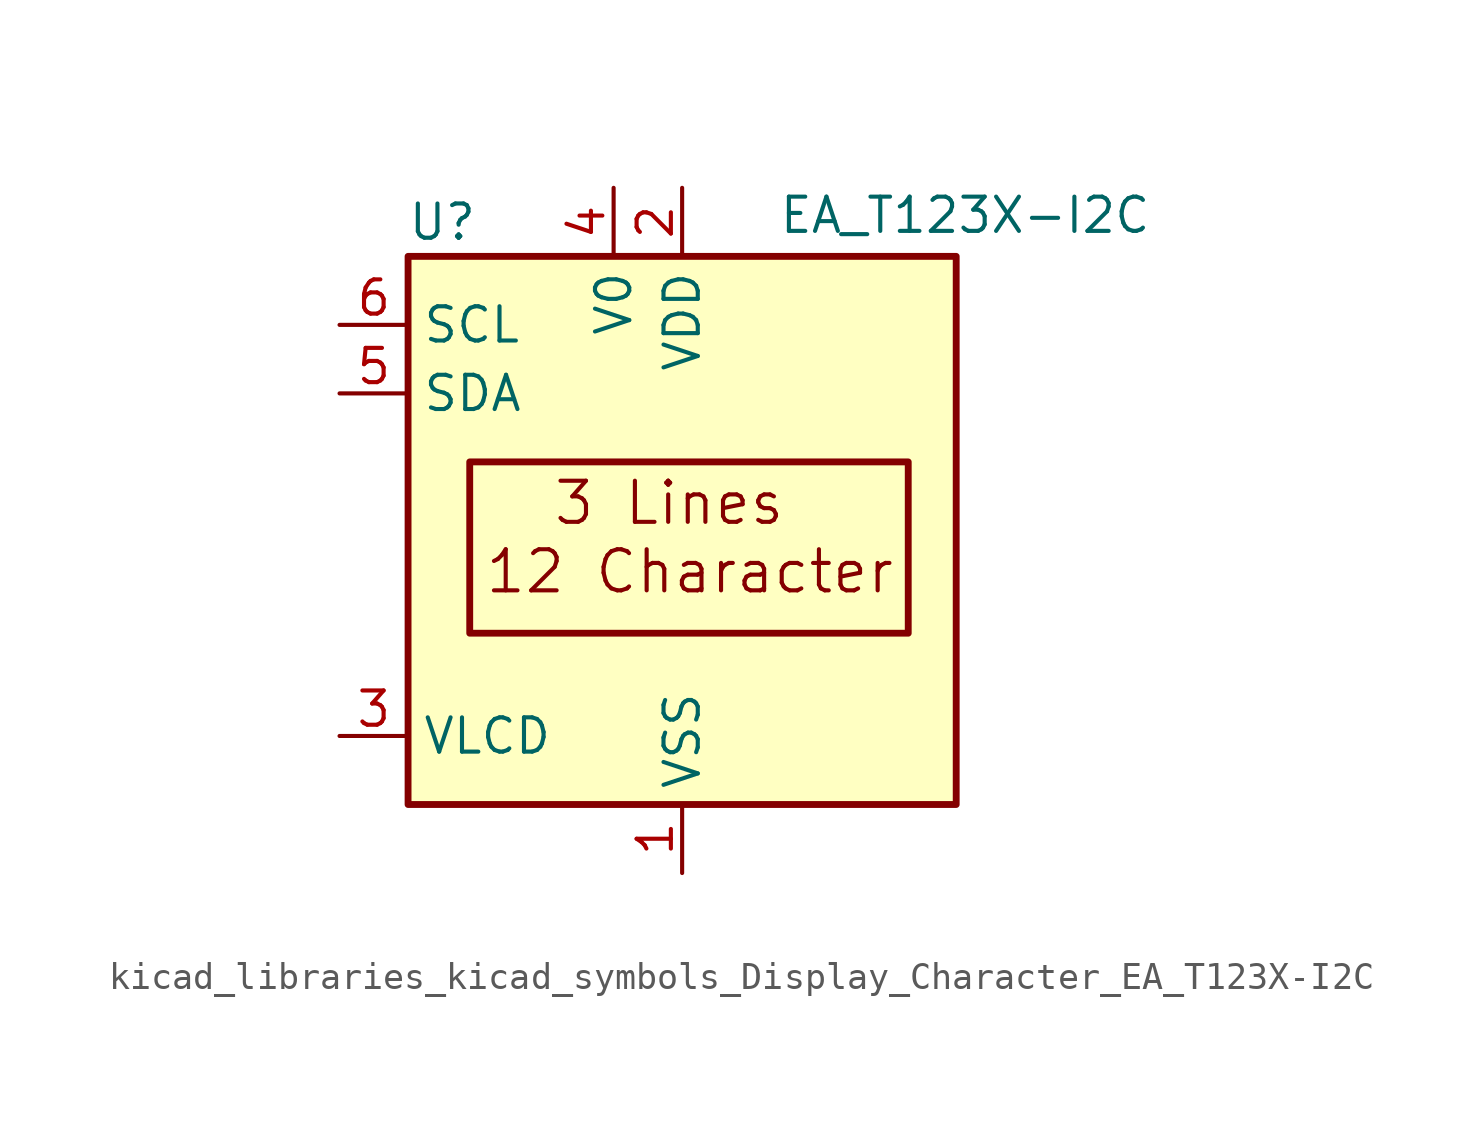
<source format=kicad_sym>
(kicad_symbol_lib
  (version 20220914)
  (generator kicad_symbol_editor)
  (symbol "kicad_libraries_kicad_symbols_Display_Character_EA_T123X-I2C"
    (property "Reference" "U"
      (at -8.89 11.43 0)
      (effects (font (size 1.27 1.27))))
    (property "Value" "EA_T123X-I2C"
      (at 3.556 11.684 0)
      (effects (font (size 1.27 1.27)) (justify left)))
    (symbol "kicad_libraries_kicad_symbols_Display_Character_EA_T123X-I2C_0_0"
      (rectangle (start -7.874 2.54) (end 8.382 -3.81) (stroke (width 0.254) (type default)) (fill (type none)))
      (text "12 Character" (at -7.366 -1.524 0) (effects (font (size 1.524 1.524)) (justify left)))
      (text "3 Lines" (at -4.826 1.016 0) (effects (font (size 1.524 1.524)) (justify left))))
    (symbol "kicad_libraries_kicad_symbols_Display_Character_EA_T123X-I2C_0_1"
      (rectangle (start -10.16 10.16) (end 10.16 -10.16) (stroke (width 0.254) (type default)) (fill (type background))))
    (symbol "kicad_libraries_kicad_symbols_Display_Character_EA_T123X-I2C_1_1"
      (pin power_in line (at 0 -12.7 90) (length 2.54) (name "VSS" (effects (font (size 1.27 1.27)))) (number "1" (effects (font (size 1.27 1.27)))))
      (pin power_in line (at 0 12.7 270) (length 2.54) (name "VDD" (effects (font (size 1.27 1.27)))) (number "2" (effects (font (size 1.27 1.27)))))
      (pin input line (at -12.7 -7.62 0) (length 2.54) (name "VLCD" (effects (font (size 1.27 1.27)))) (number "3" (effects (font (size 1.27 1.27)))))
      (pin power_in line (at -2.54 12.7 270) (length 2.54) (name "V0" (effects (font (size 1.27 1.27)))) (number "4" (effects (font (size 1.27 1.27)))))
      (pin bidirectional line (at -12.7 5.08 0) (length 2.54) (name "SDA" (effects (font (size 1.27 1.27)))) (number "5" (effects (font (size 1.27 1.27)))))
      (pin input line (at -12.7 7.62 0) (length 2.54) (name "SCL" (effects (font (size 1.27 1.27)))) (number "6" (effects (font (size 1.27 1.27))))))))
</source>
